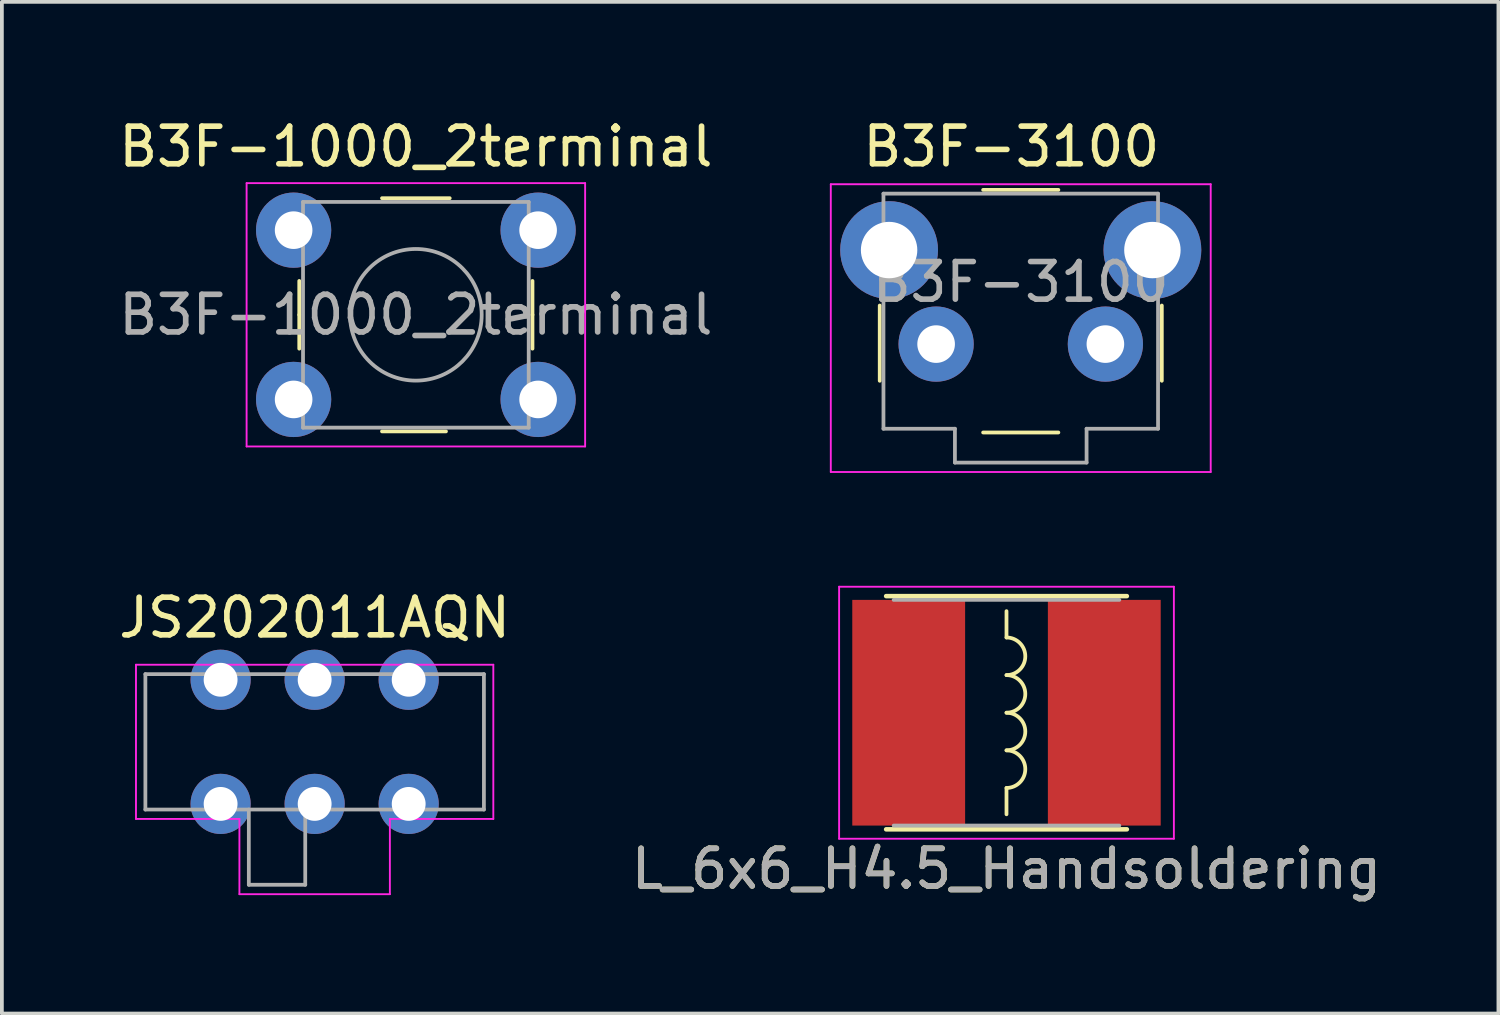
<source format=kicad_pcb>
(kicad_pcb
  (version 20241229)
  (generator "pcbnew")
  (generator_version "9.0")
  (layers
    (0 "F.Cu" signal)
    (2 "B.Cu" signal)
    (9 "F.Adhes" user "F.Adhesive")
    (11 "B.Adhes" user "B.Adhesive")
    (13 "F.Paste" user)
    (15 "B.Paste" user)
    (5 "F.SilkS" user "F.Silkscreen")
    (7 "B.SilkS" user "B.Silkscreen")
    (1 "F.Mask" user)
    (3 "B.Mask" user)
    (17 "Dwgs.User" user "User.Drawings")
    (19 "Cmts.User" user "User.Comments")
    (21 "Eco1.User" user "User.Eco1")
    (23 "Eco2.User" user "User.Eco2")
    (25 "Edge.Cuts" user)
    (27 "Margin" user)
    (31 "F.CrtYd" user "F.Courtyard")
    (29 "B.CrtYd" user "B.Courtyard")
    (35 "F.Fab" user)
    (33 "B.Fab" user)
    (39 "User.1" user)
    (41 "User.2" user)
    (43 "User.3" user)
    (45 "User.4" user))
  (footprint "B3F-3100"
    (layer "F.Cu")
    (at 20.587 3.598)
    (property "Reference" "B3F-3100" (at 3.25 -2.75 0) (layer "F.SilkS") (effects (font (size 1 1) (thickness 0.15))))
    (attr through_hole)
    (fp_line (start -0.249 1.475) (end -0.249 3.475) (stroke (width 0.1) (type solid)) (layer "F.SilkS"))
    (fp_line (start 2.5 -1.6) (end 4.5 -1.6) (stroke (width 0.1) (type solid)) (layer "F.SilkS"))
    (fp_line (start 2.5 4.85) (end 4.5 4.85) (stroke (width 0.1) (type solid)) (layer "F.SilkS"))
    (fp_line (start 7.25 1.475) (end 7.25 3.475) (stroke (width 0.1) (type solid)) (layer "F.SilkS"))
    (fp_line (start -1.55 -1.75) (end 8.55 -1.75) (stroke (width 0.05) (type solid)) (layer "F.CrtYd"))
    (fp_line (start -1.55 5.9) (end -1.55 -1.75) (stroke (width 0.05) (type solid)) (layer "F.CrtYd"))
    (fp_line (start -1.55 5.9) (end 8.55 5.9) (stroke (width 0.05) (type solid)) (layer "F.CrtYd"))
    (fp_line (start 8.55 -1.75) (end 8.55 5.9) (stroke (width 0.05) (type solid)) (layer "F.CrtYd"))
    (fp_line (start -0.15 -1.5) (end -0.15 4.75) (stroke (width 0.1) (type solid)) (layer "F.Fab"))
    (fp_line (start -0.15 -1.5) (end 7.15 -1.5) (stroke (width 0.1) (type solid)) (layer "F.Fab"))
    (fp_line (start -0.15 4.75) (end 1.75 4.75) (stroke (width 0.1) (type solid)) (layer "F.Fab"))
    (fp_line (start 1.75 4.75) (end 1.75 5.65) (stroke (width 0.1) (type solid)) (layer "F.Fab"))
    (fp_line (start 1.75 5.65) (end 5.25 5.65) (stroke (width 0.1) (type solid)) (layer "F.Fab"))
    (fp_line (start 5.25 4.75) (end 7.15 4.75) (stroke (width 0.1) (type solid)) (layer "F.Fab"))
    (fp_line (start 5.25 5.65) (end 5.25 4.75) (stroke (width 0.1) (type solid)) (layer "F.Fab"))
    (fp_line (start 7.15 4.75) (end 7.15 -1.5) (stroke (width 0.1) (type solid)) (layer "F.Fab"))
    (fp_text user "${REFERENCE}" (at 3.5 0.85 0) (layer "F.Fab") (effects (font (size 1 1) (thickness 0.15))))
    (pad "1" thru_hole circle (at 1.25 2.5) (size 2 2) (drill 1) (layers "*.Cu" "*.Mask"))
    (pad "2" thru_hole circle (at 5.75 2.5) (size 2 2) (drill 1) (layers "*.Cu" "*.Mask"))
    (pad "3" thru_hole circle (at 0 0) (size 2.6 2.6) (drill 1.5) (layers "*.Cu" "*.Mask"))
    (pad "4" thru_hole circle (at 7 0) (size 2.6 2.6) (drill 1.5) (layers "*.Cu" "*.Mask")))
  (footprint "L_6x6_H4.5_Handsoldering"
    (layer "F.Cu")
    (at 23.708 15.898)
    (property "Reference" "L_6x6_H4.5_Handsoldering" (at 0 4.15 0) (layer "F.SilkS") (effects (font (size 1 1) (thickness 0.15))))
    (attr smd)
    (fp_line (start -3.2 -3.1) (end 3.2 -3.1) (stroke (width 0.12) (type solid)) (layer "F.SilkS"))
    (fp_line (start 0 -2) (end 0 -2.7) (stroke (width 0.1) (type solid)) (layer "F.SilkS"))
    (fp_line (start 0 2) (end 0 2.7) (stroke (width 0.1) (type solid)) (layer "F.SilkS"))
    (fp_line (start 3.2 3.1) (end -3.2 3.1) (stroke (width 0.12) (type solid)) (layer "F.SilkS"))
    (fp_arc (start 0 -2) (mid 0.5 -1.5) (end 0 -1) (stroke (width 0.1) (type solid)) (layer "F.SilkS"))
    (fp_arc (start 0 -1) (mid 0.5 -0.5) (end 0 0) (stroke (width 0.1) (type solid)) (layer "F.SilkS"))
    (fp_arc (start 0 0) (mid 0.5 0.5) (end 0 1) (stroke (width 0.1) (type solid)) (layer "F.SilkS"))
    (fp_arc (start 0 1) (mid 0.5 1.5) (end 0 2) (stroke (width 0.1) (type solid)) (layer "F.SilkS"))
    (fp_line (start -4.45 -3.35) (end -4.45 3.35) (stroke (width 0.05) (type solid)) (layer "F.CrtYd"))
    (fp_line (start -4.45 3.35) (end 4.45 3.35) (stroke (width 0.05) (type solid)) (layer "F.CrtYd"))
    (fp_line (start 4.45 -3.35) (end -4.45 -3.35) (stroke (width 0.05) (type solid)) (layer "F.CrtYd"))
    (fp_line (start 4.45 3.35) (end 4.45 -3.35) (stroke (width 0.05) (type solid)) (layer "F.CrtYd"))
    (fp_line (start -3 -3) (end 3 -3) (stroke (width 0.1) (type solid)) (layer "F.Fab"))
    (fp_line (start -3 3) (end 3 3) (stroke (width 0.1) (type solid)) (layer "F.Fab"))
    (fp_text user "${REFERENCE}" (at 0 4.15 180) (layer "F.Fab") (effects (font (size 1 1) (thickness 0.15))))
    (pad "1" smd rect (at -2.6 0) (size 3 6) (layers "F.Cu" "F.Mask" "F.Paste"))
    (pad "2" smd rect (at 2.6 0) (size 3 6) (layers "F.Cu" "F.Mask" "F.Paste")))
  (footprint "JS202011AQN"
    (layer "F.Cu")
    (at 5.315 16.672)
    (property "Reference" "JS202011AQN" (at 0 -3.3 0) (layer "F.SilkS") (effects (font (size 1 1) (thickness 0.15))))
    (attr through_hole)
    (fp_line (start -4.75 -2.05) (end 4.75 -2.05) (stroke (width 0.05) (type solid)) (layer "F.CrtYd"))
    (fp_line (start -4.75 2.05) (end -4.75 -2.05) (stroke (width 0.05) (type solid)) (layer "F.CrtYd"))
    (fp_line (start -2 2.05) (end -4.75 2.05) (stroke (width 0.05) (type solid)) (layer "F.CrtYd"))
    (fp_line (start -2 4.05) (end -2 2.05) (stroke (width 0.05) (type solid)) (layer "F.CrtYd"))
    (fp_line (start 2 2.05) (end 2 4.05) (stroke (width 0.05) (type solid)) (layer "F.CrtYd"))
    (fp_line (start 2 4.05) (end -2 4.05) (stroke (width 0.05) (type solid)) (layer "F.CrtYd"))
    (fp_line (start 4.75 -2.05) (end 4.75 2.05) (stroke (width 0.05) (type solid)) (layer "F.CrtYd"))
    (fp_line (start 4.75 2.05) (end 2 2.05) (stroke (width 0.05) (type solid)) (layer "F.CrtYd"))
    (fp_line (start -4.5 -1.8) (end 4.5 -1.8) (stroke (width 0.1) (type solid)) (layer "F.Fab"))
    (fp_line (start -4.5 1.8) (end -4.5 -1.8) (stroke (width 0.1) (type solid)) (layer "F.Fab"))
    (fp_line (start -4.5 1.8) (end 4.5 1.8) (stroke (width 0.1) (type solid)) (layer "F.Fab"))
    (fp_line (start -1.75 3.8) (end -1.75 1.8) (stroke (width 0.1) (type solid)) (layer "F.Fab"))
    (fp_line (start -1.75 3.8) (end -0.25 3.8) (stroke (width 0.1) (type solid)) (layer "F.Fab"))
    (fp_line (start -0.25 3.8) (end -0.25 1.8) (stroke (width 0.1) (type solid)) (layer "F.Fab"))
    (fp_line (start 4.5 1.8) (end 4.5 -1.8) (stroke (width 0.1) (type solid)) (layer "F.Fab"))
    (pad "1" thru_hole circle (at -2.5 1.65) (size 1.6 1.6) (drill 0.9) (layers "*.Cu" "*.Mask"))
    (pad "2" thru_hole circle (at 0 1.65) (size 1.6 1.6) (drill 0.9) (layers "*.Cu" "*.Mask"))
    (pad "3" thru_hole circle (at 2.5 1.65) (size 1.6 1.6) (drill 0.9) (layers "*.Cu" "*.Mask"))
    (pad "4" thru_hole circle (at -2.5 -1.65) (size 1.6 1.6) (drill 0.9) (layers "*.Cu" "*.Mask"))
    (pad "5" thru_hole circle (at 0 -1.65) (size 1.6 1.6) (drill 0.9) (layers "*.Cu" "*.Mask"))
    (pad "6" thru_hole circle (at 2.5 -1.65) (size 1.6 1.6) (drill 0.9) (layers "*.Cu" "*.Mask")))
  (footprint "B3F-1000_2terminal"
    (layer "F.Cu")
    (at 4.755 3.058)
    (property "Reference" "B3F-1000_2terminal" (at 3.251 -2.209 0) (layer "F.SilkS") (effects (font (size 1 1) (thickness 0.15))))
    (attr through_hole)
    (fp_line (start 0.151 2.261) (end 0.151 1.361) (stroke (width 0.1) (type solid)) (layer "F.SilkS"))
    (fp_line (start 0.151 2.261) (end 0.151 3.161) (stroke (width 0.1) (type solid)) (layer "F.SilkS"))
    (fp_line (start 2.351 -0.839) (end 4.151 -0.839) (stroke (width 0.1) (type solid)) (layer "F.SilkS"))
    (fp_line (start 2.351 5.361) (end 4.051 5.361) (stroke (width 0.1) (type solid)) (layer "F.SilkS"))
    (fp_line (start 6.351 2.261) (end 6.351 1.361) (stroke (width 0.1) (type solid)) (layer "F.SilkS"))
    (fp_line (start 6.351 2.261) (end 6.351 3.161) (stroke (width 0.1) (type solid)) (layer "F.SilkS"))
    (fp_line (start -1.249 -1.239) (end 7.751 -1.239) (stroke (width 0.05) (type solid)) (layer "F.CrtYd"))
    (fp_line (start -1.249 5.761) (end -1.249 -1.239) (stroke (width 0.05) (type solid)) (layer "F.CrtYd"))
    (fp_line (start -1.249 5.761) (end 7.751 5.761) (stroke (width 0.05) (type solid)) (layer "F.CrtYd"))
    (fp_line (start 7.751 -1.239) (end 7.751 5.761) (stroke (width 0.05) (type solid)) (layer "F.CrtYd"))
    (fp_line (start 0.251 -0.739) (end 0.251 5.261) (stroke (width 0.1) (type solid)) (layer "F.Fab"))
    (fp_line (start 0.251 -0.739) (end 6.251 -0.739) (stroke (width 0.1) (type solid)) (layer "F.Fab"))
    (fp_line (start 0.251 5.261) (end 6.251 5.261) (stroke (width 0.1) (type solid)) (layer "F.Fab"))
    (fp_line (start 6.251 5.261) (end 6.251 -0.739) (stroke (width 0.1) (type solid)) (layer "F.Fab"))
    (fp_circle (center 3.251 2.261) (end 5.001 2.261) (stroke (width 0.1) (type solid)) (fill no) (layer "F.Fab"))
    (fp_text user "${REFERENCE}" (at 3.251 2.261 0) (layer "F.Fab") (effects (font (size 1 1) (thickness 0.15))))
    (pad "1" thru_hole circle (at 0.001 4.511) (size 2 2) (drill 1) (layers "*.Cu" "*.Mask"))
    (pad "1" thru_hole circle (at 6.501 4.511) (size 2 2) (drill 1) (layers "*.Cu" "*.Mask"))
    (pad "2" thru_hole circle (at 0.001 0.011) (size 2 2) (drill 1) (layers "*.Cu" "*.Mask"))
    (pad "2" thru_hole circle (at 6.501 0.011) (size 2 2) (drill 1) (layers "*.Cu" "*.Mask")))
  (gr_rect
    (start -3 -3)
    (end 36.786 23.896)
    (stroke (width 0.1) (type default))
    (fill no)
    (layer "Edge.Cuts")))
</source>
